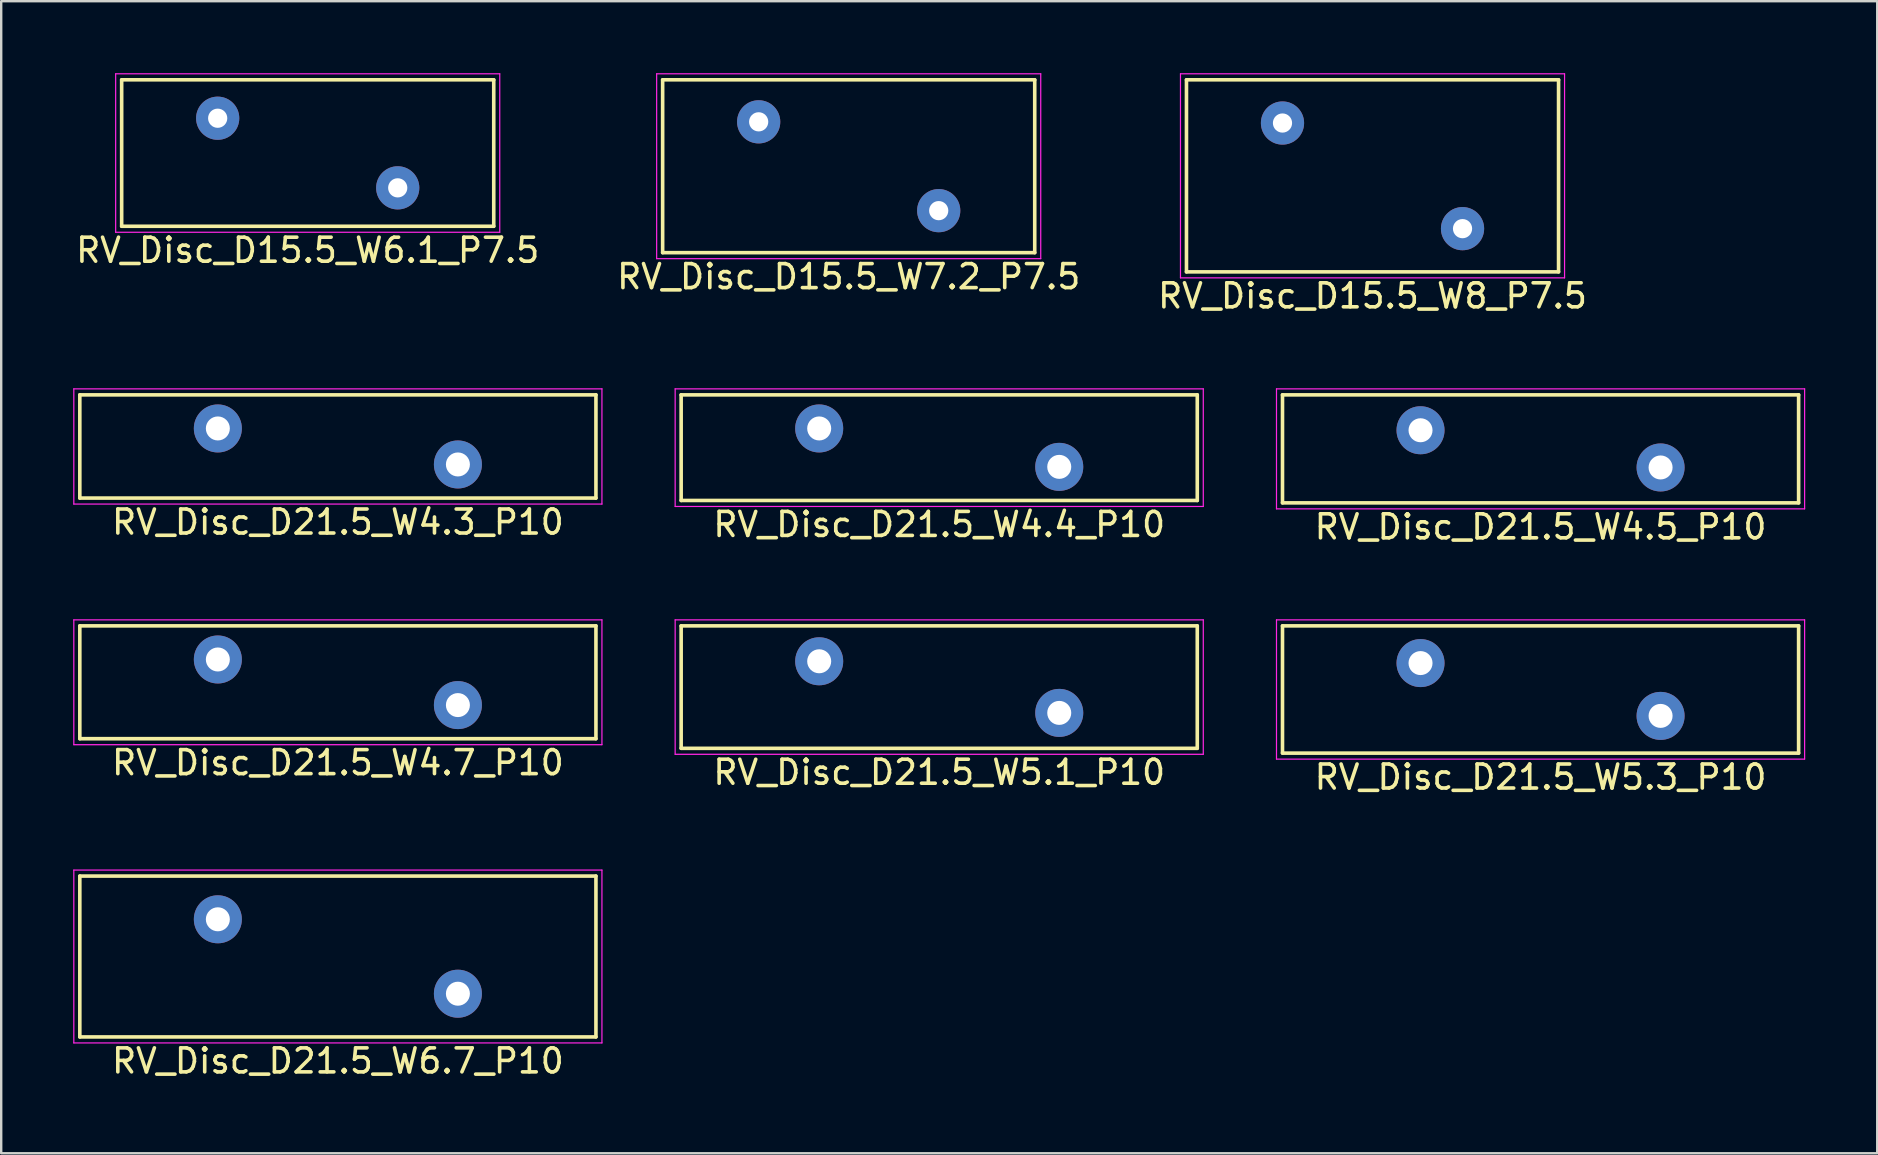
<source format=kicad_pcb>
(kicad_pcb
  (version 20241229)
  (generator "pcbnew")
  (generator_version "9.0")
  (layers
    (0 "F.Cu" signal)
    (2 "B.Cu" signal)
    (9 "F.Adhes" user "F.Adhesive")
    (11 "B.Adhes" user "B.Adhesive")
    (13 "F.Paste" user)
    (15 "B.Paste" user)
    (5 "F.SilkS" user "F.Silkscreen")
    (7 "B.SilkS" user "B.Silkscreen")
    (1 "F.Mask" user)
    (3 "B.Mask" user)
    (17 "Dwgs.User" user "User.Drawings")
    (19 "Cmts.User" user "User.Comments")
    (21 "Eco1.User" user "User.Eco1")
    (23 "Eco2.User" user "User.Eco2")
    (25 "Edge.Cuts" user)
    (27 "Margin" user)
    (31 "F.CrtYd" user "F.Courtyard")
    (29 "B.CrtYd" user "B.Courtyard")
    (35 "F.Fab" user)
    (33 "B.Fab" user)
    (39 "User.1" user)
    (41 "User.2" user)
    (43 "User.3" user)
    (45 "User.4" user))
  (footprint "RV_Disc_D15.5_W7.2_P7.5"
    (layer "F.Cu")
    (at 28.554 2.025)
    (property "Reference" "RV_Disc_D15.5_W7.2_P7.5" (at 3.75 6.45 0) (layer "F.SilkS") (effects (font (size 1 1) (thickness 0.15))))
    (attr through_hole)
    (fp_line (start -4 -1.75) (end -4 5.45) (stroke (width 0.15) (type solid)) (layer "F.SilkS"))
    (fp_line (start -4 -1.75) (end 11.5 -1.75) (stroke (width 0.15) (type solid)) (layer "F.SilkS"))
    (fp_line (start -4 5.45) (end 11.5 5.45) (stroke (width 0.15) (type solid)) (layer "F.SilkS"))
    (fp_line (start 11.5 -1.75) (end 11.5 5.45) (stroke (width 0.15) (type solid)) (layer "F.SilkS"))
    (fp_line (start -4.25 -2) (end -4.25 5.7) (stroke (width 0.05) (type solid)) (layer "F.CrtYd"))
    (fp_line (start -4.25 -2) (end 11.75 -2) (stroke (width 0.05) (type solid)) (layer "F.CrtYd"))
    (fp_line (start -4.25 5.7) (end 11.75 5.7) (stroke (width 0.05) (type solid)) (layer "F.CrtYd"))
    (fp_line (start 11.75 -2) (end 11.75 5.7) (stroke (width 0.05) (type solid)) (layer "F.CrtYd"))
    (pad "1" thru_hole circle (at 0 0) (size 1.8 1.8) (drill 0.8) (layers "*.Cu" "*.Mask"))
    (pad "2" thru_hole circle (at 7.5 3.7) (size 1.8 1.8) (drill 0.8) (layers "*.Cu" "*.Mask")))
  (footprint "RV_Disc_D15.5_W8_P7.5"
    (layer "F.Cu")
    (at 50.375 2.075)
    (property "Reference" "RV_Disc_D15.5_W8_P7.5" (at 3.75 7.2 0) (layer "F.SilkS") (effects (font (size 1 1) (thickness 0.15))))
    (attr through_hole)
    (fp_line (start -4 -1.8) (end -4 6.2) (stroke (width 0.15) (type solid)) (layer "F.SilkS"))
    (fp_line (start -4 -1.8) (end 11.5 -1.8) (stroke (width 0.15) (type solid)) (layer "F.SilkS"))
    (fp_line (start -4 6.2) (end 11.5 6.2) (stroke (width 0.15) (type solid)) (layer "F.SilkS"))
    (fp_line (start 11.5 -1.8) (end 11.5 6.2) (stroke (width 0.15) (type solid)) (layer "F.SilkS"))
    (fp_line (start -4.25 -2.05) (end -4.25 6.45) (stroke (width 0.05) (type solid)) (layer "F.CrtYd"))
    (fp_line (start -4.25 -2.05) (end 11.75 -2.05) (stroke (width 0.05) (type solid)) (layer "F.CrtYd"))
    (fp_line (start -4.25 6.45) (end 11.75 6.45) (stroke (width 0.05) (type solid)) (layer "F.CrtYd"))
    (fp_line (start 11.75 -2.05) (end 11.75 6.45) (stroke (width 0.05) (type solid)) (layer "F.CrtYd"))
    (pad "1" thru_hole circle (at 0 0) (size 1.8 1.8) (drill 0.8) (layers "*.Cu" "*.Mask"))
    (pad "2" thru_hole circle (at 7.5 4.4) (size 1.8 1.8) (drill 0.8) (layers "*.Cu" "*.Mask")))
  (footprint "RV_Disc_D21.5_W6.7_P10"
    (layer "F.Cu")
    (at 6.025 35.245)
    (property "Reference" "RV_Disc_D21.5_W6.7_P10" (at 5 5.9 0) (layer "F.SilkS") (effects (font (size 1 1) (thickness 0.15))))
    (attr through_hole)
    (fp_line (start -5.75 -1.8) (end -5.75 4.9) (stroke (width 0.15) (type solid)) (layer "F.SilkS"))
    (fp_line (start -5.75 -1.8) (end 15.75 -1.8) (stroke (width 0.15) (type solid)) (layer "F.SilkS"))
    (fp_line (start -5.75 4.9) (end 15.75 4.9) (stroke (width 0.15) (type solid)) (layer "F.SilkS"))
    (fp_line (start 15.75 -1.8) (end 15.75 4.9) (stroke (width 0.15) (type solid)) (layer "F.SilkS"))
    (fp_line (start -6 -2.05) (end -6 5.15) (stroke (width 0.05) (type solid)) (layer "F.CrtYd"))
    (fp_line (start -6 -2.05) (end 16 -2.05) (stroke (width 0.05) (type solid)) (layer "F.CrtYd"))
    (fp_line (start -6 5.15) (end 16 5.15) (stroke (width 0.05) (type solid)) (layer "F.CrtYd"))
    (fp_line (start 16 -2.05) (end 16 5.15) (stroke (width 0.05) (type solid)) (layer "F.CrtYd"))
    (pad "1" thru_hole circle (at 0 0) (size 2 2) (drill 1) (layers "*.Cu" "*.Mask"))
    (pad "2" thru_hole circle (at 10 3.1) (size 2 2) (drill 1) (layers "*.Cu" "*.Mask")))
  (footprint "RV_Disc_D21.5_W4.5_P10"
    (layer "F.Cu")
    (at 56.125 14.873)
    (property "Reference" "RV_Disc_D21.5_W4.5_P10" (at 5 4.025 0) (layer "F.SilkS") (effects (font (size 1 1) (thickness 0.15))))
    (attr through_hole)
    (fp_line (start -5.75 -1.475) (end -5.75 3.025) (stroke (width 0.15) (type solid)) (layer "F.SilkS"))
    (fp_line (start -5.75 -1.475) (end 15.75 -1.475) (stroke (width 0.15) (type solid)) (layer "F.SilkS"))
    (fp_line (start -5.75 3.025) (end 15.75 3.025) (stroke (width 0.15) (type solid)) (layer "F.SilkS"))
    (fp_line (start 15.75 -1.475) (end 15.75 3.025) (stroke (width 0.15) (type solid)) (layer "F.SilkS"))
    (fp_line (start -6 -1.725) (end -6 3.275) (stroke (width 0.05) (type solid)) (layer "F.CrtYd"))
    (fp_line (start -6 -1.725) (end 16 -1.725) (stroke (width 0.05) (type solid)) (layer "F.CrtYd"))
    (fp_line (start -6 3.275) (end 16 3.275) (stroke (width 0.05) (type solid)) (layer "F.CrtYd"))
    (fp_line (start 16 -1.725) (end 16 3.275) (stroke (width 0.05) (type solid)) (layer "F.CrtYd"))
    (pad "1" thru_hole circle (at 0 0) (size 2 2) (drill 1) (layers "*.Cu" "*.Mask"))
    (pad "2" thru_hole circle (at 10 1.55) (size 2 2) (drill 1) (layers "*.Cu" "*.Mask")))
  (footprint "RV_Disc_D21.5_W5.1_P10"
    (layer "F.Cu")
    (at 31.075 24.497)
    (property "Reference" "RV_Disc_D21.5_W5.1_P10" (at 5 4.625 0) (layer "F.SilkS") (effects (font (size 1 1) (thickness 0.15))))
    (attr through_hole)
    (fp_line (start -5.75 -1.475) (end -5.75 3.625) (stroke (width 0.15) (type solid)) (layer "F.SilkS"))
    (fp_line (start -5.75 -1.475) (end 15.75 -1.475) (stroke (width 0.15) (type solid)) (layer "F.SilkS"))
    (fp_line (start -5.75 3.625) (end 15.75 3.625) (stroke (width 0.15) (type solid)) (layer "F.SilkS"))
    (fp_line (start 15.75 -1.475) (end 15.75 3.625) (stroke (width 0.15) (type solid)) (layer "F.SilkS"))
    (fp_line (start -6 -1.725) (end -6 3.875) (stroke (width 0.05) (type solid)) (layer "F.CrtYd"))
    (fp_line (start -6 -1.725) (end 16 -1.725) (stroke (width 0.05) (type solid)) (layer "F.CrtYd"))
    (fp_line (start -6 3.875) (end 16 3.875) (stroke (width 0.05) (type solid)) (layer "F.CrtYd"))
    (fp_line (start 16 -1.725) (end 16 3.875) (stroke (width 0.05) (type solid)) (layer "F.CrtYd"))
    (pad "1" thru_hole circle (at 0 0) (size 2 2) (drill 1) (layers "*.Cu" "*.Mask"))
    (pad "2" thru_hole circle (at 10 2.15) (size 2 2) (drill 1) (layers "*.Cu" "*.Mask")))
  (footprint "RV_Disc_D21.5_W5.3_P10"
    (layer "F.Cu")
    (at 56.125 24.572)
    (property "Reference" "RV_Disc_D21.5_W5.3_P10" (at 5 4.75 0) (layer "F.SilkS") (effects (font (size 1 1) (thickness 0.15))))
    (attr through_hole)
    (fp_line (start -5.75 -1.55) (end -5.75 3.75) (stroke (width 0.15) (type solid)) (layer "F.SilkS"))
    (fp_line (start -5.75 -1.55) (end 15.75 -1.55) (stroke (width 0.15) (type solid)) (layer "F.SilkS"))
    (fp_line (start -5.75 3.75) (end 15.75 3.75) (stroke (width 0.15) (type solid)) (layer "F.SilkS"))
    (fp_line (start 15.75 -1.55) (end 15.75 3.75) (stroke (width 0.15) (type solid)) (layer "F.SilkS"))
    (fp_line (start -6 -1.8) (end -6 4) (stroke (width 0.05) (type solid)) (layer "F.CrtYd"))
    (fp_line (start -6 -1.8) (end 16 -1.8) (stroke (width 0.05) (type solid)) (layer "F.CrtYd"))
    (fp_line (start -6 4) (end 16 4) (stroke (width 0.05) (type solid)) (layer "F.CrtYd"))
    (fp_line (start 16 -1.8) (end 16 4) (stroke (width 0.05) (type solid)) (layer "F.CrtYd"))
    (pad "1" thru_hole circle (at 0 0) (size 2 2) (drill 1) (layers "*.Cu" "*.Mask"))
    (pad "2" thru_hole circle (at 10 2.2) (size 2 2) (drill 1) (layers "*.Cu" "*.Mask")))
  (footprint "RV_Disc_D21.5_W4.4_P10"
    (layer "F.Cu")
    (at 31.075 14.798)
    (property "Reference" "RV_Disc_D21.5_W4.4_P10" (at 5 4 0) (layer "F.SilkS") (effects (font (size 1 1) (thickness 0.15))))
    (attr through_hole)
    (fp_line (start -5.75 -1.4) (end -5.75 3) (stroke (width 0.15) (type solid)) (layer "F.SilkS"))
    (fp_line (start -5.75 -1.4) (end 15.75 -1.4) (stroke (width 0.15) (type solid)) (layer "F.SilkS"))
    (fp_line (start -5.75 3) (end 15.75 3) (stroke (width 0.15) (type solid)) (layer "F.SilkS"))
    (fp_line (start 15.75 -1.4) (end 15.75 3) (stroke (width 0.15) (type solid)) (layer "F.SilkS"))
    (fp_line (start -6 -1.65) (end -6 3.25) (stroke (width 0.05) (type solid)) (layer "F.CrtYd"))
    (fp_line (start -6 -1.65) (end 16 -1.65) (stroke (width 0.05) (type solid)) (layer "F.CrtYd"))
    (fp_line (start -6 3.25) (end 16 3.25) (stroke (width 0.05) (type solid)) (layer "F.CrtYd"))
    (fp_line (start 16 -1.65) (end 16 3.25) (stroke (width 0.05) (type solid)) (layer "F.CrtYd"))
    (pad "1" thru_hole circle (at 0 0) (size 2 2) (drill 1) (layers "*.Cu" "*.Mask"))
    (pad "2" thru_hole circle (at 10 1.6) (size 2 2) (drill 1) (layers "*.Cu" "*.Mask")))
  (footprint "RV_Disc_D15.5_W6.1_P7.5"
    (layer "F.Cu")
    (at 6.018 1.875)
    (property "Reference" "RV_Disc_D15.5_W6.1_P7.5" (at 3.75 5.5 0) (layer "F.SilkS") (effects (font (size 1 1) (thickness 0.15))))
    (attr through_hole)
    (fp_line (start -4 -1.6) (end -4 4.5) (stroke (width 0.15) (type solid)) (layer "F.SilkS"))
    (fp_line (start -4 -1.6) (end 11.5 -1.6) (stroke (width 0.15) (type solid)) (layer "F.SilkS"))
    (fp_line (start -4 4.5) (end 11.5 4.5) (stroke (width 0.15) (type solid)) (layer "F.SilkS"))
    (fp_line (start 11.5 -1.6) (end 11.5 4.5) (stroke (width 0.15) (type solid)) (layer "F.SilkS"))
    (fp_line (start -4.25 -1.85) (end -4.25 4.75) (stroke (width 0.05) (type solid)) (layer "F.CrtYd"))
    (fp_line (start -4.25 -1.85) (end 11.75 -1.85) (stroke (width 0.05) (type solid)) (layer "F.CrtYd"))
    (fp_line (start -4.25 4.75) (end 11.75 4.75) (stroke (width 0.05) (type solid)) (layer "F.CrtYd"))
    (fp_line (start 11.75 -1.85) (end 11.75 4.75) (stroke (width 0.05) (type solid)) (layer "F.CrtYd"))
    (pad "1" thru_hole circle (at 0 0) (size 1.8 1.8) (drill 0.8) (layers "*.Cu" "*.Mask"))
    (pad "2" thru_hole circle (at 7.5 2.9) (size 1.8 1.8) (drill 0.8) (layers "*.Cu" "*.Mask")))
  (footprint "RV_Disc_D21.5_W4.3_P10"
    (layer "F.Cu")
    (at 6.025 14.798)
    (property "Reference" "RV_Disc_D21.5_W4.3_P10" (at 5 3.9 0) (layer "F.SilkS") (effects (font (size 1 1) (thickness 0.15))))
    (attr through_hole)
    (fp_line (start -5.75 -1.4) (end -5.75 2.9) (stroke (width 0.15) (type solid)) (layer "F.SilkS"))
    (fp_line (start -5.75 -1.4) (end 15.75 -1.4) (stroke (width 0.15) (type solid)) (layer "F.SilkS"))
    (fp_line (start -5.75 2.9) (end 15.75 2.9) (stroke (width 0.15) (type solid)) (layer "F.SilkS"))
    (fp_line (start 15.75 -1.4) (end 15.75 2.9) (stroke (width 0.15) (type solid)) (layer "F.SilkS"))
    (fp_line (start -6 -1.65) (end -6 3.15) (stroke (width 0.05) (type solid)) (layer "F.CrtYd"))
    (fp_line (start -6 -1.65) (end 16 -1.65) (stroke (width 0.05) (type solid)) (layer "F.CrtYd"))
    (fp_line (start -6 3.15) (end 16 3.15) (stroke (width 0.05) (type solid)) (layer "F.CrtYd"))
    (fp_line (start 16 -1.65) (end 16 3.15) (stroke (width 0.05) (type solid)) (layer "F.CrtYd"))
    (pad "1" thru_hole circle (at 0 0) (size 2 2) (drill 1) (layers "*.Cu" "*.Mask"))
    (pad "2" thru_hole circle (at 10 1.5) (size 2 2) (drill 1) (layers "*.Cu" "*.Mask")))
  (footprint "RV_Disc_D21.5_W4.7_P10"
    (layer "F.Cu")
    (at 6.025 24.422)
    (property "Reference" "RV_Disc_D21.5_W4.7_P10" (at 5 4.3 0) (layer "F.SilkS") (effects (font (size 1 1) (thickness 0.15))))
    (attr through_hole)
    (fp_line (start -5.75 -1.4) (end -5.75 3.3) (stroke (width 0.15) (type solid)) (layer "F.SilkS"))
    (fp_line (start -5.75 -1.4) (end 15.75 -1.4) (stroke (width 0.15) (type solid)) (layer "F.SilkS"))
    (fp_line (start -5.75 3.3) (end 15.75 3.3) (stroke (width 0.15) (type solid)) (layer "F.SilkS"))
    (fp_line (start 15.75 -1.4) (end 15.75 3.3) (stroke (width 0.15) (type solid)) (layer "F.SilkS"))
    (fp_line (start -6 -1.65) (end -6 3.55) (stroke (width 0.05) (type solid)) (layer "F.CrtYd"))
    (fp_line (start -6 -1.65) (end 16 -1.65) (stroke (width 0.05) (type solid)) (layer "F.CrtYd"))
    (fp_line (start -6 3.55) (end 16 3.55) (stroke (width 0.05) (type solid)) (layer "F.CrtYd"))
    (fp_line (start 16 -1.65) (end 16 3.55) (stroke (width 0.05) (type solid)) (layer "F.CrtYd"))
    (pad "1" thru_hole circle (at 0 0) (size 2 2) (drill 1) (layers "*.Cu" "*.Mask"))
    (pad "2" thru_hole circle (at 10 1.9) (size 2 2) (drill 1) (layers "*.Cu" "*.Mask")))
  (gr_rect
    (start -3 -3)
    (end 75.15 44.993)
    (stroke (width 0.1) (type default))
    (fill no)
    (layer "Edge.Cuts")))
</source>
